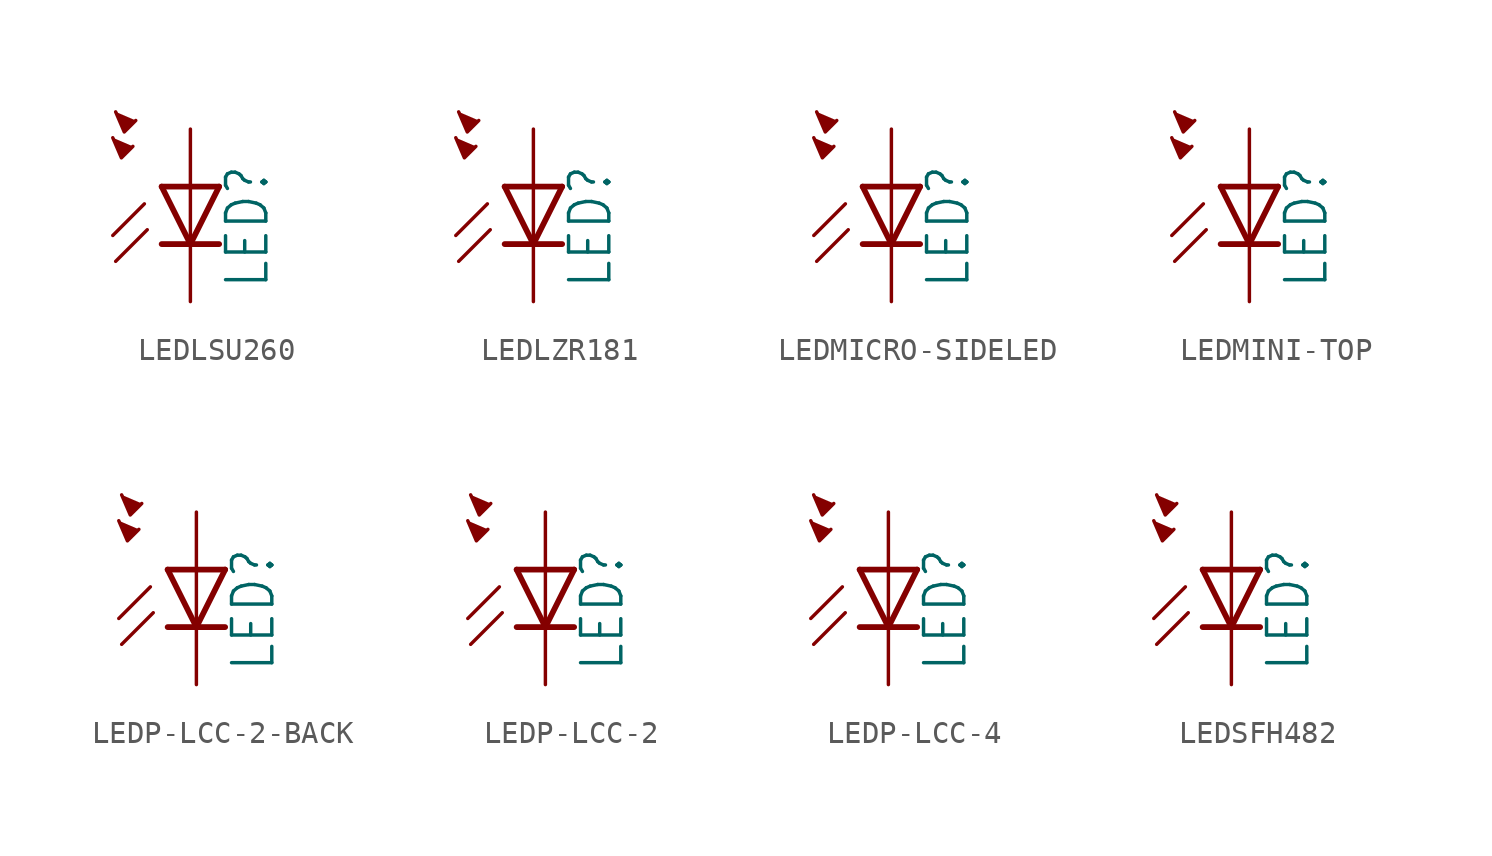
<source format=kicad_sym>
(kicad_symbol_lib
  (version 20241209)
  (generator "kicad_symbol_editor")
  (generator_version "9.0")
  (symbol "LEDLSU260"
    (property "Reference" "LED"
      (at 3.556 -4.572 90)
      (effects (font (size 1.778 1.511)) (justify left bottom)))
    (property "Value" ""
      (at 5.715 -4.572 90)
      (effects (font (size 1.778 1.511)) (justify left bottom)))
    (property "ki_locked" ""
      (at 0 0 0)
      (effects (font (size 1.27 1.27))))
    (symbol "LEDLSU260_1_0"
      (polyline (pts (xy -3.429 2.159) (xy -3.048 1.27) (xy -2.54 1.778)) (stroke (width 0.152) (type solid)) (fill (type outline)))
      (polyline (pts (xy -3.302 3.302) (xy -2.921 2.413) (xy -2.413 2.921)) (stroke (width 0.152) (type solid)) (fill (type outline)))
      (polyline (pts (xy -2.032 -0.762) (xy -3.429 -2.159)) (stroke (width 0.152) (type solid)) (fill (type none)))
      (polyline (pts (xy -1.905 -1.905) (xy -3.302 -3.302)) (stroke (width 0.152) (type solid)) (fill (type none)))
      (polyline (pts (xy 0 0) (xy -1.27 0)) (stroke (width 0.254) (type solid)) (fill (type none)))
      (polyline (pts (xy 0 0) (xy 0 -2.54)) (stroke (width 0.152) (type solid)) (fill (type none)))
      (polyline (pts (xy 0 -2.54) (xy -1.27 0)) (stroke (width 0.254) (type solid)) (fill (type none)))
      (polyline (pts (xy 0 -2.54) (xy -1.27 -2.54)) (stroke (width 0.254) (type solid)) (fill (type none)))
      (polyline (pts (xy 1.27 0) (xy 0 0)) (stroke (width 0.254) (type solid)) (fill (type none)))
      (polyline (pts (xy 1.27 0) (xy 0 -2.54)) (stroke (width 0.254) (type solid)) (fill (type none)))
      (polyline (pts (xy 1.27 -2.54) (xy 0 -2.54)) (stroke (width 0.254) (type solid)) (fill (type none)))
      (pin passive line (at 0 2.54 270) (length 2.54) (name "A" (effects (font (size 0 0)))) (number "A" (effects (font (size 0 0)))))
      (pin passive line (at 0 -5.08 90) (length 2.54) (name "C" (effects (font (size 0 0)))) (number "K" (effects (font (size 0 0)))))))
  (symbol "LEDLZR181"
    (property "Reference" "LED"
      (at 3.556 -4.572 90)
      (effects (font (size 1.778 1.511)) (justify left bottom)))
    (property "Value" ""
      (at 5.715 -4.572 90)
      (effects (font (size 1.778 1.511)) (justify left bottom)))
    (property "ki_locked" ""
      (at 0 0 0)
      (effects (font (size 1.27 1.27))))
    (symbol "LEDLZR181_1_0"
      (polyline (pts (xy -3.429 2.159) (xy -3.048 1.27) (xy -2.54 1.778)) (stroke (width 0.152) (type solid)) (fill (type outline)))
      (polyline (pts (xy -3.302 3.302) (xy -2.921 2.413) (xy -2.413 2.921)) (stroke (width 0.152) (type solid)) (fill (type outline)))
      (polyline (pts (xy -2.032 -0.762) (xy -3.429 -2.159)) (stroke (width 0.152) (type solid)) (fill (type none)))
      (polyline (pts (xy -1.905 -1.905) (xy -3.302 -3.302)) (stroke (width 0.152) (type solid)) (fill (type none)))
      (polyline (pts (xy 0 0) (xy -1.27 0)) (stroke (width 0.254) (type solid)) (fill (type none)))
      (polyline (pts (xy 0 0) (xy 0 -2.54)) (stroke (width 0.152) (type solid)) (fill (type none)))
      (polyline (pts (xy 0 -2.54) (xy -1.27 0)) (stroke (width 0.254) (type solid)) (fill (type none)))
      (polyline (pts (xy 0 -2.54) (xy -1.27 -2.54)) (stroke (width 0.254) (type solid)) (fill (type none)))
      (polyline (pts (xy 1.27 0) (xy 0 0)) (stroke (width 0.254) (type solid)) (fill (type none)))
      (polyline (pts (xy 1.27 0) (xy 0 -2.54)) (stroke (width 0.254) (type solid)) (fill (type none)))
      (polyline (pts (xy 1.27 -2.54) (xy 0 -2.54)) (stroke (width 0.254) (type solid)) (fill (type none)))
      (pin passive line (at 0 2.54 270) (length 2.54) (name "A" (effects (font (size 0 0)))) (number "A" (effects (font (size 0 0)))))
      (pin passive line (at 0 -5.08 90) (length 2.54) (name "C" (effects (font (size 0 0)))) (number "K" (effects (font (size 0 0)))))))
  (symbol "LEDMICRO-SIDELED"
    (property "Reference" "LED"
      (at 3.556 -4.572 90)
      (effects (font (size 1.778 1.511)) (justify left bottom)))
    (property "Value" ""
      (at 5.715 -4.572 90)
      (effects (font (size 1.778 1.511)) (justify left bottom)))
    (property "ki_locked" ""
      (at 0 0 0)
      (effects (font (size 1.27 1.27))))
    (symbol "LEDMICRO-SIDELED_1_0"
      (polyline (pts (xy -3.429 2.159) (xy -3.048 1.27) (xy -2.54 1.778)) (stroke (width 0.152) (type solid)) (fill (type outline)))
      (polyline (pts (xy -3.302 3.302) (xy -2.921 2.413) (xy -2.413 2.921)) (stroke (width 0.152) (type solid)) (fill (type outline)))
      (polyline (pts (xy -2.032 -0.762) (xy -3.429 -2.159)) (stroke (width 0.152) (type solid)) (fill (type none)))
      (polyline (pts (xy -1.905 -1.905) (xy -3.302 -3.302)) (stroke (width 0.152) (type solid)) (fill (type none)))
      (polyline (pts (xy 0 0) (xy -1.27 0)) (stroke (width 0.254) (type solid)) (fill (type none)))
      (polyline (pts (xy 0 0) (xy 0 -2.54)) (stroke (width 0.152) (type solid)) (fill (type none)))
      (polyline (pts (xy 0 -2.54) (xy -1.27 0)) (stroke (width 0.254) (type solid)) (fill (type none)))
      (polyline (pts (xy 0 -2.54) (xy -1.27 -2.54)) (stroke (width 0.254) (type solid)) (fill (type none)))
      (polyline (pts (xy 1.27 0) (xy 0 0)) (stroke (width 0.254) (type solid)) (fill (type none)))
      (polyline (pts (xy 1.27 0) (xy 0 -2.54)) (stroke (width 0.254) (type solid)) (fill (type none)))
      (polyline (pts (xy 1.27 -2.54) (xy 0 -2.54)) (stroke (width 0.254) (type solid)) (fill (type none)))
      (pin passive line (at 0 2.54 270) (length 2.54) (name "A" (effects (font (size 0 0)))) (number "A" (effects (font (size 0 0)))))
      (pin passive line (at 0 -5.08 90) (length 2.54) (name "C" (effects (font (size 0 0)))) (number "C" (effects (font (size 0 0)))))))
  (symbol "LEDMINI-TOP"
    (property "Reference" "LED"
      (at 3.556 -4.572 90)
      (effects (font (size 1.778 1.511)) (justify left bottom)))
    (property "Value" ""
      (at 5.715 -4.572 90)
      (effects (font (size 1.778 1.511)) (justify left bottom)))
    (property "ki_locked" ""
      (at 0 0 0)
      (effects (font (size 1.27 1.27))))
    (symbol "LEDMINI-TOP_1_0"
      (polyline (pts (xy -3.429 2.159) (xy -3.048 1.27) (xy -2.54 1.778)) (stroke (width 0.152) (type solid)) (fill (type outline)))
      (polyline (pts (xy -3.302 3.302) (xy -2.921 2.413) (xy -2.413 2.921)) (stroke (width 0.152) (type solid)) (fill (type outline)))
      (polyline (pts (xy -2.032 -0.762) (xy -3.429 -2.159)) (stroke (width 0.152) (type solid)) (fill (type none)))
      (polyline (pts (xy -1.905 -1.905) (xy -3.302 -3.302)) (stroke (width 0.152) (type solid)) (fill (type none)))
      (polyline (pts (xy 0 0) (xy -1.27 0)) (stroke (width 0.254) (type solid)) (fill (type none)))
      (polyline (pts (xy 0 0) (xy 0 -2.54)) (stroke (width 0.152) (type solid)) (fill (type none)))
      (polyline (pts (xy 0 -2.54) (xy -1.27 0)) (stroke (width 0.254) (type solid)) (fill (type none)))
      (polyline (pts (xy 0 -2.54) (xy -1.27 -2.54)) (stroke (width 0.254) (type solid)) (fill (type none)))
      (polyline (pts (xy 1.27 0) (xy 0 0)) (stroke (width 0.254) (type solid)) (fill (type none)))
      (polyline (pts (xy 1.27 0) (xy 0 -2.54)) (stroke (width 0.254) (type solid)) (fill (type none)))
      (polyline (pts (xy 1.27 -2.54) (xy 0 -2.54)) (stroke (width 0.254) (type solid)) (fill (type none)))
      (pin passive line (at 0 2.54 270) (length 2.54) (name "A" (effects (font (size 0 0)))) (number "A" (effects (font (size 0 0)))))
      (pin passive line (at 0 -5.08 90) (length 2.54) (name "C" (effects (font (size 0 0)))) (number "C" (effects (font (size 0 0)))))))
  (symbol "LEDP-LCC-2-BACK"
    (property "Reference" "LED"
      (at 3.556 -4.572 90)
      (effects (font (size 1.778 1.511)) (justify left bottom)))
    (property "Value" ""
      (at 5.715 -4.572 90)
      (effects (font (size 1.778 1.511)) (justify left bottom)))
    (property "ki_locked" ""
      (at 0 0 0)
      (effects (font (size 1.27 1.27))))
    (symbol "LEDP-LCC-2-BACK_1_0"
      (polyline (pts (xy -3.429 2.159) (xy -3.048 1.27) (xy -2.54 1.778)) (stroke (width 0.152) (type solid)) (fill (type outline)))
      (polyline (pts (xy -3.302 3.302) (xy -2.921 2.413) (xy -2.413 2.921)) (stroke (width 0.152) (type solid)) (fill (type outline)))
      (polyline (pts (xy -2.032 -0.762) (xy -3.429 -2.159)) (stroke (width 0.152) (type solid)) (fill (type none)))
      (polyline (pts (xy -1.905 -1.905) (xy -3.302 -3.302)) (stroke (width 0.152) (type solid)) (fill (type none)))
      (polyline (pts (xy 0 0) (xy -1.27 0)) (stroke (width 0.254) (type solid)) (fill (type none)))
      (polyline (pts (xy 0 0) (xy 0 -2.54)) (stroke (width 0.152) (type solid)) (fill (type none)))
      (polyline (pts (xy 0 -2.54) (xy -1.27 0)) (stroke (width 0.254) (type solid)) (fill (type none)))
      (polyline (pts (xy 0 -2.54) (xy -1.27 -2.54)) (stroke (width 0.254) (type solid)) (fill (type none)))
      (polyline (pts (xy 1.27 0) (xy 0 0)) (stroke (width 0.254) (type solid)) (fill (type none)))
      (polyline (pts (xy 1.27 0) (xy 0 -2.54)) (stroke (width 0.254) (type solid)) (fill (type none)))
      (polyline (pts (xy 1.27 -2.54) (xy 0 -2.54)) (stroke (width 0.254) (type solid)) (fill (type none)))
      (pin passive line (at 0 2.54 270) (length 2.54) (name "A" (effects (font (size 0 0)))) (number "A" (effects (font (size 0 0)))))
      (pin passive line (at 0 -5.08 90) (length 2.54) (name "C" (effects (font (size 0 0)))) (number "C" (effects (font (size 0 0)))))))
  (symbol "LEDP-LCC-2"
    (property "Reference" "LED"
      (at 3.556 -4.572 90)
      (effects (font (size 1.778 1.511)) (justify left bottom)))
    (property "Value" ""
      (at 5.715 -4.572 90)
      (effects (font (size 1.778 1.511)) (justify left bottom)))
    (property "ki_locked" ""
      (at 0 0 0)
      (effects (font (size 1.27 1.27))))
    (symbol "LEDP-LCC-2_1_0"
      (polyline (pts (xy -3.429 2.159) (xy -3.048 1.27) (xy -2.54 1.778)) (stroke (width 0.152) (type solid)) (fill (type outline)))
      (polyline (pts (xy -3.302 3.302) (xy -2.921 2.413) (xy -2.413 2.921)) (stroke (width 0.152) (type solid)) (fill (type outline)))
      (polyline (pts (xy -2.032 -0.762) (xy -3.429 -2.159)) (stroke (width 0.152) (type solid)) (fill (type none)))
      (polyline (pts (xy -1.905 -1.905) (xy -3.302 -3.302)) (stroke (width 0.152) (type solid)) (fill (type none)))
      (polyline (pts (xy 0 0) (xy -1.27 0)) (stroke (width 0.254) (type solid)) (fill (type none)))
      (polyline (pts (xy 0 0) (xy 0 -2.54)) (stroke (width 0.152) (type solid)) (fill (type none)))
      (polyline (pts (xy 0 -2.54) (xy -1.27 0)) (stroke (width 0.254) (type solid)) (fill (type none)))
      (polyline (pts (xy 0 -2.54) (xy -1.27 -2.54)) (stroke (width 0.254) (type solid)) (fill (type none)))
      (polyline (pts (xy 1.27 0) (xy 0 0)) (stroke (width 0.254) (type solid)) (fill (type none)))
      (polyline (pts (xy 1.27 0) (xy 0 -2.54)) (stroke (width 0.254) (type solid)) (fill (type none)))
      (polyline (pts (xy 1.27 -2.54) (xy 0 -2.54)) (stroke (width 0.254) (type solid)) (fill (type none)))
      (pin passive line (at 0 2.54 270) (length 2.54) (name "A" (effects (font (size 0 0)))) (number "A" (effects (font (size 0 0)))))
      (pin passive line (at 0 -5.08 90) (length 2.54) (name "C" (effects (font (size 0 0)))) (number "C" (effects (font (size 0 0)))))))
  (symbol "LEDP-LCC-4"
    (property "Reference" "LED"
      (at 3.556 -4.572 90)
      (effects (font (size 1.778 1.511)) (justify left bottom)))
    (property "Value" ""
      (at 5.715 -4.572 90)
      (effects (font (size 1.778 1.511)) (justify left bottom)))
    (property "ki_locked" ""
      (at 0 0 0)
      (effects (font (size 1.27 1.27))))
    (symbol "LEDP-LCC-4_1_0"
      (polyline (pts (xy -3.429 2.159) (xy -3.048 1.27) (xy -2.54 1.778)) (stroke (width 0.152) (type solid)) (fill (type outline)))
      (polyline (pts (xy -3.302 3.302) (xy -2.921 2.413) (xy -2.413 2.921)) (stroke (width 0.152) (type solid)) (fill (type outline)))
      (polyline (pts (xy -2.032 -0.762) (xy -3.429 -2.159)) (stroke (width 0.152) (type solid)) (fill (type none)))
      (polyline (pts (xy -1.905 -1.905) (xy -3.302 -3.302)) (stroke (width 0.152) (type solid)) (fill (type none)))
      (polyline (pts (xy 0 0) (xy -1.27 0)) (stroke (width 0.254) (type solid)) (fill (type none)))
      (polyline (pts (xy 0 0) (xy 0 -2.54)) (stroke (width 0.152) (type solid)) (fill (type none)))
      (polyline (pts (xy 0 -2.54) (xy -1.27 0)) (stroke (width 0.254) (type solid)) (fill (type none)))
      (polyline (pts (xy 0 -2.54) (xy -1.27 -2.54)) (stroke (width 0.254) (type solid)) (fill (type none)))
      (polyline (pts (xy 1.27 0) (xy 0 0)) (stroke (width 0.254) (type solid)) (fill (type none)))
      (polyline (pts (xy 1.27 0) (xy 0 -2.54)) (stroke (width 0.254) (type solid)) (fill (type none)))
      (polyline (pts (xy 1.27 -2.54) (xy 0 -2.54)) (stroke (width 0.254) (type solid)) (fill (type none)))
      (pin passive line (at 0 2.54 270) (length 2.54) (name "A" (effects (font (size 0 0)))) (number "A" (effects (font (size 0 0)))))
      (pin passive line (at 0 -5.08 90) (length 2.54) (name "C" (effects (font (size 0 0)))) (number "C@4" (effects (font (size 0 0)))))))
  (symbol "LEDSFH482"
    (property "Reference" "LED"
      (at 3.556 -4.572 90)
      (effects (font (size 1.778 1.511)) (justify left bottom)))
    (property "Value" ""
      (at 5.715 -4.572 90)
      (effects (font (size 1.778 1.511)) (justify left bottom)))
    (property "ki_locked" ""
      (at 0 0 0)
      (effects (font (size 1.27 1.27))))
    (symbol "LEDSFH482_1_0"
      (polyline (pts (xy -3.429 2.159) (xy -3.048 1.27) (xy -2.54 1.778)) (stroke (width 0.152) (type solid)) (fill (type outline)))
      (polyline (pts (xy -3.302 3.302) (xy -2.921 2.413) (xy -2.413 2.921)) (stroke (width 0.152) (type solid)) (fill (type outline)))
      (polyline (pts (xy -2.032 -0.762) (xy -3.429 -2.159)) (stroke (width 0.152) (type solid)) (fill (type none)))
      (polyline (pts (xy -1.905 -1.905) (xy -3.302 -3.302)) (stroke (width 0.152) (type solid)) (fill (type none)))
      (polyline (pts (xy 0 0) (xy -1.27 0)) (stroke (width 0.254) (type solid)) (fill (type none)))
      (polyline (pts (xy 0 0) (xy 0 -2.54)) (stroke (width 0.152) (type solid)) (fill (type none)))
      (polyline (pts (xy 0 -2.54) (xy -1.27 0)) (stroke (width 0.254) (type solid)) (fill (type none)))
      (polyline (pts (xy 0 -2.54) (xy -1.27 -2.54)) (stroke (width 0.254) (type solid)) (fill (type none)))
      (polyline (pts (xy 1.27 0) (xy 0 0)) (stroke (width 0.254) (type solid)) (fill (type none)))
      (polyline (pts (xy 1.27 0) (xy 0 -2.54)) (stroke (width 0.254) (type solid)) (fill (type none)))
      (polyline (pts (xy 1.27 -2.54) (xy 0 -2.54)) (stroke (width 0.254) (type solid)) (fill (type none)))
      (pin passive line (at 0 2.54 270) (length 2.54) (name "A" (effects (font (size 0 0)))) (number "A" (effects (font (size 0 0)))))
      (pin passive line (at 0 -5.08 90) (length 2.54) (name "C" (effects (font (size 0 0)))) (number "K" (effects (font (size 0 0))))))))
</source>
